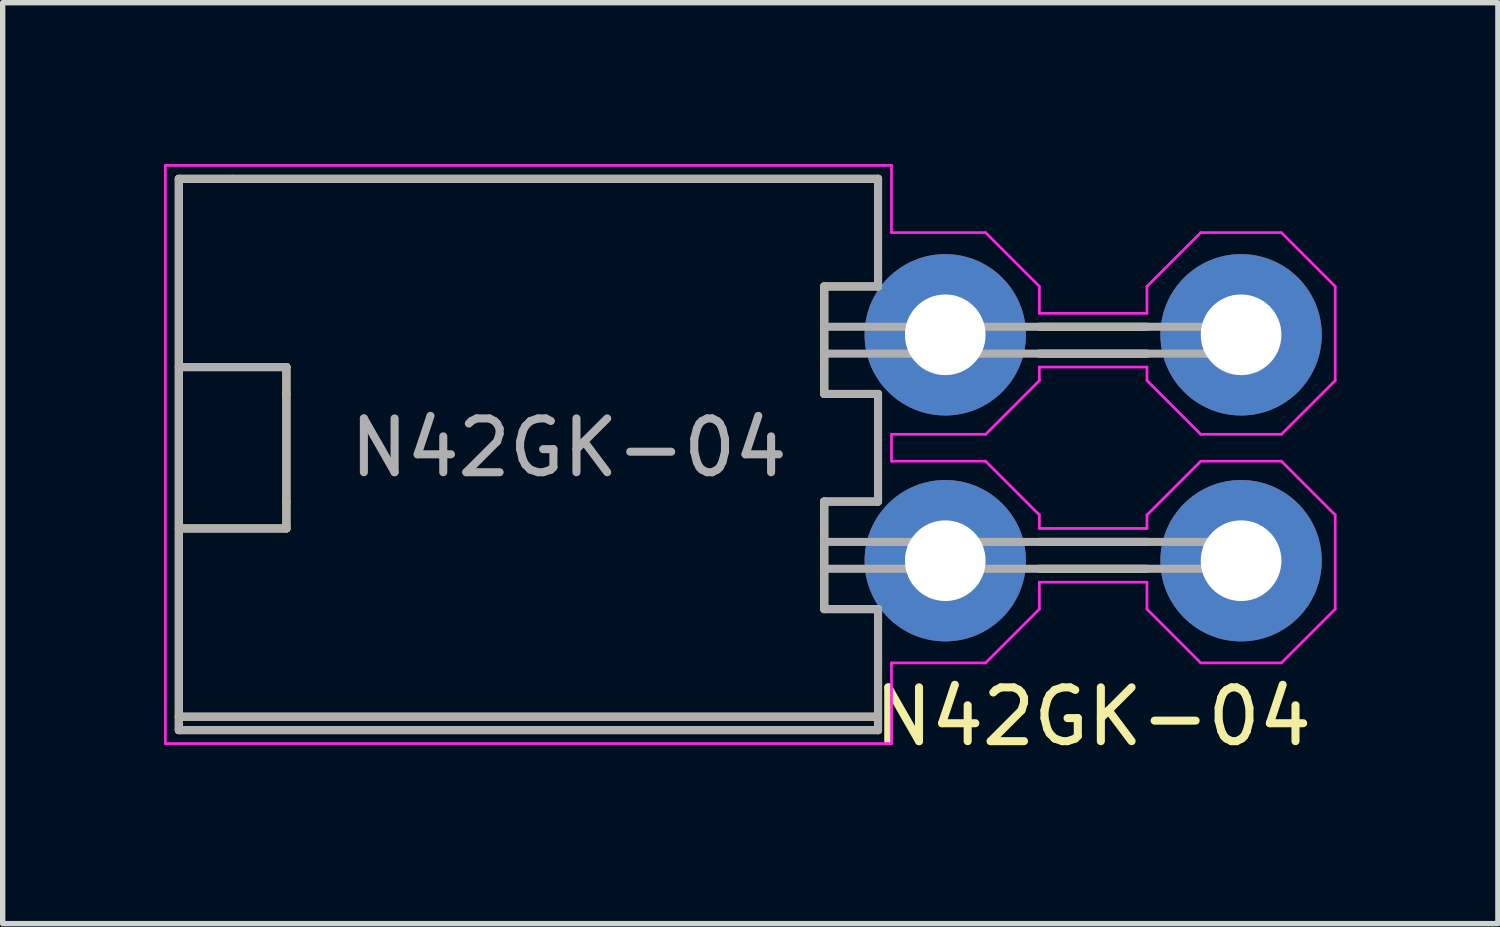
<source format=kicad_pcb>
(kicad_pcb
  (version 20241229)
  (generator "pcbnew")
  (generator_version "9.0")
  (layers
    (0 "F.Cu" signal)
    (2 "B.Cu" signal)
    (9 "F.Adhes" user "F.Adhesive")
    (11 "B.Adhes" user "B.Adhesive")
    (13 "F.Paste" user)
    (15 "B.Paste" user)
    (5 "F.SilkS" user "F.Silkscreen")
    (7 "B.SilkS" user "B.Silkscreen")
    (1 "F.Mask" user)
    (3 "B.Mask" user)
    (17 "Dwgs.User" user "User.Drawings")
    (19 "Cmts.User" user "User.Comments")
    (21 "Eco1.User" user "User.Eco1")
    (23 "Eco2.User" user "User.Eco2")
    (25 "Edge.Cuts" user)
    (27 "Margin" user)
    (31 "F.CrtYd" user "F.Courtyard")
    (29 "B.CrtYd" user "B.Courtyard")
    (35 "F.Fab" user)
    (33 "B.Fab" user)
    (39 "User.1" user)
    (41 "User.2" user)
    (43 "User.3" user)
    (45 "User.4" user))
  (footprint "N42GK-04"
    (layer "F.Cu")
    (at 17.275 5.275)
    (property "Reference" "N42GK-04" (at 0 5 0) (layer "F.SilkS") (effects (font (size 1 1) (thickness 0.15))))
    (attr through_hole)
    (fp_line (start -17 -5) (end -17 5) (stroke (width 0.15) (type solid)) (layer "F.SilkS"))
    (fp_line (start -17 -1.5) (end -15 -1.5) (stroke (width 0.15) (type solid)) (layer "F.SilkS"))
    (fp_line (start -17 1.5) (end -15 1.5) (stroke (width 0.15) (type solid)) (layer "F.SilkS"))
    (fp_line (start -17 5) (end -4 5) (stroke (width 0.15) (type solid)) (layer "F.SilkS"))
    (fp_line (start -17 5.25) (end -17 5) (stroke (width 0.15) (type solid)) (layer "F.SilkS"))
    (fp_line (start -16 -5) (end -17 -5) (stroke (width 0.15) (type solid)) (layer "F.SilkS"))
    (fp_line (start -15 -1.5) (end -15 -1) (stroke (width 0.15) (type solid)) (layer "F.SilkS"))
    (fp_line (start -15 -1) (end -15 1) (stroke (width 0.15) (type solid)) (layer "F.SilkS"))
    (fp_line (start -15 1.5) (end -15 1) (stroke (width 0.15) (type solid)) (layer "F.SilkS"))
    (fp_line (start -5 -1) (end -5 -3) (stroke (width 0.15) (type solid)) (layer "F.SilkS"))
    (fp_line (start -5 3) (end -5 1) (stroke (width 0.15) (type solid)) (layer "F.SilkS"))
    (fp_line (start -4 -5) (end -16 -5) (stroke (width 0.15) (type solid)) (layer "F.SilkS"))
    (fp_line (start -4 -5) (end -4 -4) (stroke (width 0.15) (type solid)) (layer "F.SilkS"))
    (fp_line (start -4 -4) (end -4 -3.5) (stroke (width 0.15) (type solid)) (layer "F.SilkS"))
    (fp_line (start -4 -3.5) (end -4 -3.25) (stroke (width 0.15) (type solid)) (layer "F.SilkS"))
    (fp_line (start -4 -3.25) (end -4 -3) (stroke (width 0.15) (type solid)) (layer "F.SilkS"))
    (fp_line (start -4 -3) (end -5 -3) (stroke (width 0.15) (type solid)) (layer "F.SilkS"))
    (fp_line (start -4 -1) (end -5 -1) (stroke (width 0.15) (type solid)) (layer "F.SilkS"))
    (fp_line (start -4 1) (end -5 1) (stroke (width 0.15) (type solid)) (layer "F.SilkS"))
    (fp_line (start -4 1) (end -4 -1) (stroke (width 0.15) (type solid)) (layer "F.SilkS"))
    (fp_line (start -4 3) (end -5 3) (stroke (width 0.15) (type solid)) (layer "F.SilkS"))
    (fp_line (start -4 3.25) (end -4 3) (stroke (width 0.15) (type solid)) (layer "F.SilkS"))
    (fp_line (start -4 3.5) (end -4 3.25) (stroke (width 0.15) (type solid)) (layer "F.SilkS"))
    (fp_line (start -4 4) (end -4 3.5) (stroke (width 0.15) (type solid)) (layer "F.SilkS"))
    (fp_line (start -4 5) (end -4 4) (stroke (width 0.15) (type solid)) (layer "F.SilkS"))
    (fp_line (start -4 5) (end -4 5.25) (stroke (width 0.15) (type solid)) (layer "F.SilkS"))
    (fp_line (start -4 5.25) (end -17 5.25) (stroke (width 0.15) (type solid)) (layer "F.SilkS"))
    (fp_line (start -1 -2.25) (end 1 -2.25) (stroke (width 0.15) (type solid)) (layer "F.SilkS"))
    (fp_line (start -1 -1.75) (end 1 -1.75) (stroke (width 0.15) (type solid)) (layer "F.SilkS"))
    (fp_line (start -1 1.75) (end 1 1.75) (stroke (width 0.15) (type solid)) (layer "F.SilkS"))
    (fp_line (start -1 2.25) (end 1 2.25) (stroke (width 0.15) (type solid)) (layer "F.SilkS"))
    (fp_line (start -17.25 -5.25) (end -17.25 5.5) (stroke (width 0.05) (type solid)) (layer "F.CrtYd"))
    (fp_line (start -17.25 5.5) (end -3.75 5.5) (stroke (width 0.05) (type solid)) (layer "F.CrtYd"))
    (fp_line (start -3.75 -5.25) (end -17.25 -5.25) (stroke (width 0.05) (type solid)) (layer "F.CrtYd"))
    (fp_line (start -3.75 -4) (end -3.75 -5.25) (stroke (width 0.05) (type solid)) (layer "F.CrtYd"))
    (fp_line (start -3.75 -0.25) (end -2 -0.25) (stroke (width 0.05) (type solid)) (layer "F.CrtYd"))
    (fp_line (start -3.75 0.25) (end -3.75 -0.25) (stroke (width 0.05) (type solid)) (layer "F.CrtYd"))
    (fp_line (start -3.75 4) (end -2 4) (stroke (width 0.05) (type solid)) (layer "F.CrtYd"))
    (fp_line (start -3.75 5.5) (end -3.75 4) (stroke (width 0.05) (type solid)) (layer "F.CrtYd"))
    (fp_line (start -2 -4) (end -3.75 -4) (stroke (width 0.05) (type solid)) (layer "F.CrtYd"))
    (fp_line (start -2 0.25) (end -3.75 0.25) (stroke (width 0.05) (type solid)) (layer "F.CrtYd"))
    (fp_line (start -2 0.25) (end -1 1.25) (stroke (width 0.05) (type solid)) (layer "F.CrtYd"))
    (fp_line (start -1 -3) (end -2 -4) (stroke (width 0.05) (type solid)) (layer "F.CrtYd"))
    (fp_line (start -1 -2.5) (end -1 -3) (stroke (width 0.05) (type solid)) (layer "F.CrtYd"))
    (fp_line (start -1 -1.5) (end 1 -1.5) (stroke (width 0.05) (type solid)) (layer "F.CrtYd"))
    (fp_line (start -1 -1.25) (end -2 -0.25) (stroke (width 0.05) (type solid)) (layer "F.CrtYd"))
    (fp_line (start -1 -1.25) (end -1 -1.5) (stroke (width 0.05) (type solid)) (layer "F.CrtYd"))
    (fp_line (start -1 1.5) (end -1 1.25) (stroke (width 0.05) (type solid)) (layer "F.CrtYd"))
    (fp_line (start -1 2.5) (end 1 2.5) (stroke (width 0.05) (type solid)) (layer "F.CrtYd"))
    (fp_line (start -1 3) (end -2 4) (stroke (width 0.05) (type solid)) (layer "F.CrtYd"))
    (fp_line (start -1 3) (end -1 2.5) (stroke (width 0.05) (type solid)) (layer "F.CrtYd"))
    (fp_line (start 1 -3) (end 1 -2.5) (stroke (width 0.05) (type solid)) (layer "F.CrtYd"))
    (fp_line (start 1 -3) (end 2 -4) (stroke (width 0.05) (type solid)) (layer "F.CrtYd"))
    (fp_line (start 1 -2.5) (end -1 -2.5) (stroke (width 0.05) (type solid)) (layer "F.CrtYd"))
    (fp_line (start 1 -1.5) (end 1 -1.25) (stroke (width 0.05) (type solid)) (layer "F.CrtYd"))
    (fp_line (start 1 -1.25) (end 2 -0.25) (stroke (width 0.05) (type solid)) (layer "F.CrtYd"))
    (fp_line (start 1 1.25) (end 1 1.5) (stroke (width 0.05) (type solid)) (layer "F.CrtYd"))
    (fp_line (start 1 1.25) (end 2 0.25) (stroke (width 0.05) (type solid)) (layer "F.CrtYd"))
    (fp_line (start 1 1.5) (end -1 1.5) (stroke (width 0.05) (type solid)) (layer "F.CrtYd"))
    (fp_line (start 1 2.5) (end 1 3) (stroke (width 0.05) (type solid)) (layer "F.CrtYd"))
    (fp_line (start 2 -4) (end 3.5 -4) (stroke (width 0.05) (type solid)) (layer "F.CrtYd"))
    (fp_line (start 2 -0.25) (end 3.5 -0.25) (stroke (width 0.05) (type solid)) (layer "F.CrtYd"))
    (fp_line (start 2 4) (end 1 3) (stroke (width 0.05) (type solid)) (layer "F.CrtYd"))
    (fp_line (start 2 4) (end 3.5 4) (stroke (width 0.05) (type solid)) (layer "F.CrtYd"))
    (fp_line (start 3.5 -0.25) (end 4.5 -1.25) (stroke (width 0.05) (type solid)) (layer "F.CrtYd"))
    (fp_line (start 3.5 0.25) (end 2 0.25) (stroke (width 0.05) (type solid)) (layer "F.CrtYd"))
    (fp_line (start 3.5 0.25) (end 4.5 1.25) (stroke (width 0.05) (type solid)) (layer "F.CrtYd"))
    (fp_line (start 4.5 -3) (end 3.5 -4) (stroke (width 0.05) (type solid)) (layer "F.CrtYd"))
    (fp_line (start 4.5 -1.25) (end 4.5 -3) (stroke (width 0.05) (type solid)) (layer "F.CrtYd"))
    (fp_line (start 4.5 3) (end 3.5 4) (stroke (width 0.05) (type solid)) (layer "F.CrtYd"))
    (fp_line (start 4.5 3) (end 4.5 1.25) (stroke (width 0.05) (type solid)) (layer "F.CrtYd"))
    (fp_line (start -17 -5) (end -4 -5) (stroke (width 0.15) (type solid)) (layer "F.Fab"))
    (fp_line (start -17 -1.5) (end -15 -1.5) (stroke (width 0.15) (type solid)) (layer "F.Fab"))
    (fp_line (start -17 5) (end -4 5) (stroke (width 0.15) (type solid)) (layer "F.Fab"))
    (fp_line (start -17 5.25) (end -17 -5) (stroke (width 0.15) (type solid)) (layer "F.Fab"))
    (fp_line (start -15 -1.5) (end -15 1.5) (stroke (width 0.15) (type solid)) (layer "F.Fab"))
    (fp_line (start -15 1.5) (end -17 1.5) (stroke (width 0.15) (type solid)) (layer "F.Fab"))
    (fp_line (start -5 -3) (end -5 -1) (stroke (width 0.15) (type solid)) (layer "F.Fab"))
    (fp_line (start -5 -2.25) (end 2.75 -2.25) (stroke (width 0.15) (type solid)) (layer "F.Fab"))
    (fp_line (start -5 -1.75) (end 2.75 -1.75) (stroke (width 0.15) (type solid)) (layer "F.Fab"))
    (fp_line (start -5 -1) (end -4 -1) (stroke (width 0.15) (type solid)) (layer "F.Fab"))
    (fp_line (start -5 1) (end -5 3) (stroke (width 0.15) (type solid)) (layer "F.Fab"))
    (fp_line (start -5 1.75) (end 2.75 1.75) (stroke (width 0.15) (type solid)) (layer "F.Fab"))
    (fp_line (start -5 2.25) (end 2.75 2.25) (stroke (width 0.15) (type solid)) (layer "F.Fab"))
    (fp_line (start -5 3) (end -4 3) (stroke (width 0.15) (type solid)) (layer "F.Fab"))
    (fp_line (start -4 -5) (end -4 -3) (stroke (width 0.15) (type solid)) (layer "F.Fab"))
    (fp_line (start -4 -3) (end -5 -3) (stroke (width 0.15) (type solid)) (layer "F.Fab"))
    (fp_line (start -4 -1) (end -4 1) (stroke (width 0.15) (type solid)) (layer "F.Fab"))
    (fp_line (start -4 1) (end -5 1) (stroke (width 0.15) (type solid)) (layer "F.Fab"))
    (fp_line (start -4 3) (end -4 5.25) (stroke (width 0.15) (type solid)) (layer "F.Fab"))
    (fp_line (start -4 5.25) (end -17 5.25) (stroke (width 0.15) (type solid)) (layer "F.Fab"))
    (fp_arc (start 2.75 -2.25) (mid 3 -2) (end 2.75 -1.75) (stroke (width 0.15) (type solid)) (layer "F.Fab"))
    (fp_arc (start 2.75 1.75) (mid 3 2) (end 2.75 2.25) (stroke (width 0.15) (type solid)) (layer "F.Fab"))
    (fp_text user "${REFERENCE}" (at -9.75 0 0) (layer "F.Fab") (effects (font (size 1 1) (thickness 0.15))))
    (pad "1" thru_hole circle (at -2.75 2.1) (size 3 3) (drill 1.5) (layers "*.Cu" "*.Mask"))
    (pad "2" thru_hole circle (at 2.75 2.1) (size 3 3) (drill 1.5) (layers "*.Cu" "*.Mask"))
    (pad "3" thru_hole circle (at -2.75 -2.1) (size 3 3) (drill 1.5) (layers "*.Cu" "*.Mask"))
    (pad "4" thru_hole circle (at 2.75 -2.1) (size 3 3) (drill 1.5) (layers "*.Cu" "*.Mask")))
  (gr_rect
    (start -3 -3)
    (end 24.8 14.123)
    (stroke (width 0.1) (type default))
    (fill no)
    (layer "Edge.Cuts")))
</source>
